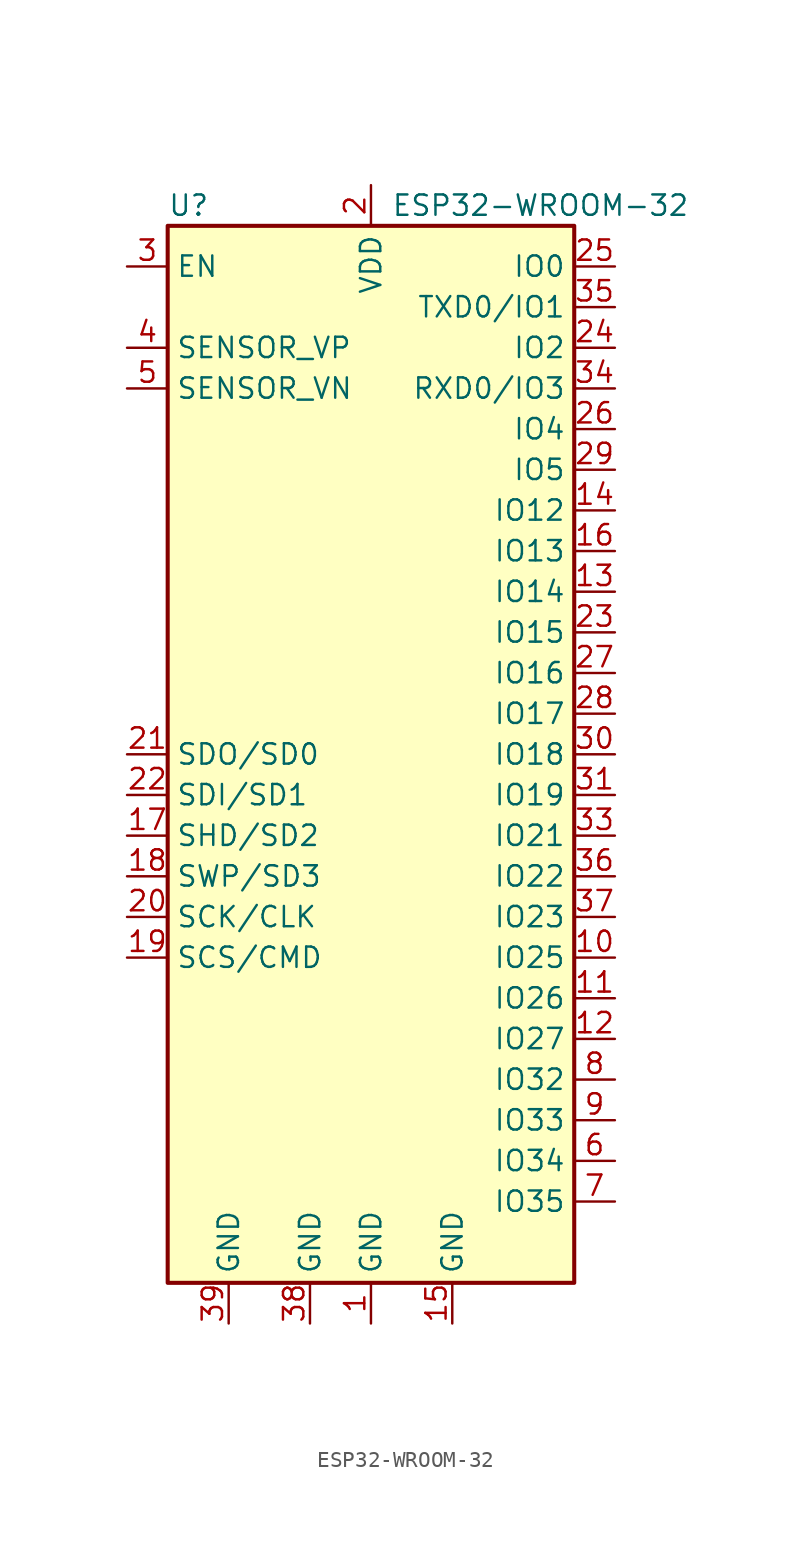
<source format=kicad_sym>
(kicad_symbol_lib
  (version 20220914)
  (generator kicad_symbol_editor)
  (symbol "ESP32-WROOM-32"
    (property "Reference" "U"
      (at -12.7 34.29 0)
      (effects (font (size 1.27 1.27)) (justify left)))
    (property "Value" "ESP32-WROOM-32"
      (at 1.27 34.29 0)
      (effects (font (size 1.27 1.27)) (justify left)))
    (symbol "ESP32-WROOM-32_0_1"
      (rectangle (start -12.7 33.02) (end 12.7 -33.02) (stroke (width 0.254) (type default)) (fill (type background))))
    (symbol "ESP32-WROOM-32_1_1"
      (pin power_in line (at 0 -35.56 90) (length 2.54) (name "GND" (effects (font (size 1.27 1.27)))) (number "1" (effects (font (size 1.27 1.27)))))
      (pin bidirectional line (at 15.24 -12.7 180) (length 2.54) (name "IO25" (effects (font (size 1.27 1.27)))) (number "10" (effects (font (size 1.27 1.27)))))
      (pin bidirectional line (at 15.24 -15.24 180) (length 2.54) (name "IO26" (effects (font (size 1.27 1.27)))) (number "11" (effects (font (size 1.27 1.27)))))
      (pin bidirectional line (at 15.24 -17.78 180) (length 2.54) (name "IO27" (effects (font (size 1.27 1.27)))) (number "12" (effects (font (size 1.27 1.27)))))
      (pin bidirectional line (at 15.24 10.16 180) (length 2.54) (name "IO14" (effects (font (size 1.27 1.27)))) (number "13" (effects (font (size 1.27 1.27)))))
      (pin bidirectional line (at 15.24 15.24 180) (length 2.54) (name "IO12" (effects (font (size 1.27 1.27)))) (number "14" (effects (font (size 1.27 1.27)))))
      (pin power_in line (at 5.08 -35.56 90) (length 2.54) (name "GND" (effects (font (size 1.27 1.27)))) (number "15" (effects (font (size 1.27 1.27)))))
      (pin bidirectional line (at 15.24 12.7 180) (length 2.54) (name "IO13" (effects (font (size 1.27 1.27)))) (number "16" (effects (font (size 1.27 1.27)))))
      (pin bidirectional line (at -15.24 -5.08 0) (length 2.54) (name "SHD/SD2" (effects (font (size 1.27 1.27)))) (number "17" (effects (font (size 1.27 1.27)))))
      (pin bidirectional line (at -15.24 -7.62 0) (length 2.54) (name "SWP/SD3" (effects (font (size 1.27 1.27)))) (number "18" (effects (font (size 1.27 1.27)))))
      (pin bidirectional line (at -15.24 -12.7 0) (length 2.54) (name "SCS/CMD" (effects (font (size 1.27 1.27)))) (number "19" (effects (font (size 1.27 1.27)))))
      (pin power_in line (at 0 35.56 270) (length 2.54) (name "VDD" (effects (font (size 1.27 1.27)))) (number "2" (effects (font (size 1.27 1.27)))))
      (pin bidirectional line (at -15.24 -10.16 0) (length 2.54) (name "SCK/CLK" (effects (font (size 1.27 1.27)))) (number "20" (effects (font (size 1.27 1.27)))))
      (pin bidirectional line (at -15.24 0 0) (length 2.54) (name "SDO/SD0" (effects (font (size 1.27 1.27)))) (number "21" (effects (font (size 1.27 1.27)))))
      (pin bidirectional line (at -15.24 -2.54 0) (length 2.54) (name "SDI/SD1" (effects (font (size 1.27 1.27)))) (number "22" (effects (font (size 1.27 1.27)))))
      (pin bidirectional line (at 15.24 7.62 180) (length 2.54) (name "IO15" (effects (font (size 1.27 1.27)))) (number "23" (effects (font (size 1.27 1.27)))))
      (pin bidirectional line (at 15.24 25.4 180) (length 2.54) (name "IO2" (effects (font (size 1.27 1.27)))) (number "24" (effects (font (size 1.27 1.27)))))
      (pin bidirectional line (at 15.24 30.48 180) (length 2.54) (name "IO0" (effects (font (size 1.27 1.27)))) (number "25" (effects (font (size 1.27 1.27)))))
      (pin bidirectional line (at 15.24 20.32 180) (length 2.54) (name "IO4" (effects (font (size 1.27 1.27)))) (number "26" (effects (font (size 1.27 1.27)))))
      (pin bidirectional line (at 15.24 5.08 180) (length 2.54) (name "IO16" (effects (font (size 1.27 1.27)))) (number "27" (effects (font (size 1.27 1.27)))))
      (pin bidirectional line (at 15.24 2.54 180) (length 2.54) (name "IO17" (effects (font (size 1.27 1.27)))) (number "28" (effects (font (size 1.27 1.27)))))
      (pin bidirectional line (at 15.24 17.78 180) (length 2.54) (name "IO5" (effects (font (size 1.27 1.27)))) (number "29" (effects (font (size 1.27 1.27)))))
      (pin input line (at -15.24 30.48 0) (length 2.54) (name "EN" (effects (font (size 1.27 1.27)))) (number "3" (effects (font (size 1.27 1.27)))))
      (pin bidirectional line (at 15.24 0 180) (length 2.54) (name "IO18" (effects (font (size 1.27 1.27)))) (number "30" (effects (font (size 1.27 1.27)))))
      (pin bidirectional line (at 15.24 -2.54 180) (length 2.54) (name "IO19" (effects (font (size 1.27 1.27)))) (number "31" (effects (font (size 1.27 1.27)))))
      (pin no_connect line (at -12.7 -27.94 0) (length 2.54) hide (name "NC" (effects (font (size 1.27 1.27)))) (number "32" (effects (font (size 1.27 1.27)))))
      (pin bidirectional line (at 15.24 -5.08 180) (length 2.54) (name "IO21" (effects (font (size 1.27 1.27)))) (number "33" (effects (font (size 1.27 1.27)))))
      (pin bidirectional line (at 15.24 22.86 180) (length 2.54) (name "RXD0/IO3" (effects (font (size 1.27 1.27)))) (number "34" (effects (font (size 1.27 1.27)))))
      (pin bidirectional line (at 15.24 27.94 180) (length 2.54) (name "TXD0/IO1" (effects (font (size 1.27 1.27)))) (number "35" (effects (font (size 1.27 1.27)))))
      (pin bidirectional line (at 15.24 -7.62 180) (length 2.54) (name "IO22" (effects (font (size 1.27 1.27)))) (number "36" (effects (font (size 1.27 1.27)))))
      (pin bidirectional line (at 15.24 -10.16 180) (length 2.54) (name "IO23" (effects (font (size 1.27 1.27)))) (number "37" (effects (font (size 1.27 1.27)))))
      (pin power_in line (at -3.81 -35.56 90) (length 2.54) (name "GND" (effects (font (size 1.27 1.27)))) (number "38" (effects (font (size 1.27 1.27)))))
      (pin power_in line (at -8.89 -35.56 90) (length 2.54) (name "GND" (effects (font (size 1.27 1.27)))) (number "39" (effects (font (size 1.27 1.27)))))
      (pin input line (at -15.24 25.4 0) (length 2.54) (name "SENSOR_VP" (effects (font (size 1.27 1.27)))) (number "4" (effects (font (size 1.27 1.27)))))
      (pin input line (at -15.24 22.86 0) (length 2.54) (name "SENSOR_VN" (effects (font (size 1.27 1.27)))) (number "5" (effects (font (size 1.27 1.27)))))
      (pin input line (at 15.24 -25.4 180) (length 2.54) (name "IO34" (effects (font (size 1.27 1.27)))) (number "6" (effects (font (size 1.27 1.27)))))
      (pin input line (at 15.24 -27.94 180) (length 2.54) (name "IO35" (effects (font (size 1.27 1.27)))) (number "7" (effects (font (size 1.27 1.27)))))
      (pin bidirectional line (at 15.24 -20.32 180) (length 2.54) (name "IO32" (effects (font (size 1.27 1.27)))) (number "8" (effects (font (size 1.27 1.27)))))
      (pin bidirectional line (at 15.24 -22.86 180) (length 2.54) (name "IO33" (effects (font (size 1.27 1.27)))) (number "9" (effects (font (size 1.27 1.27))))))))
</source>
